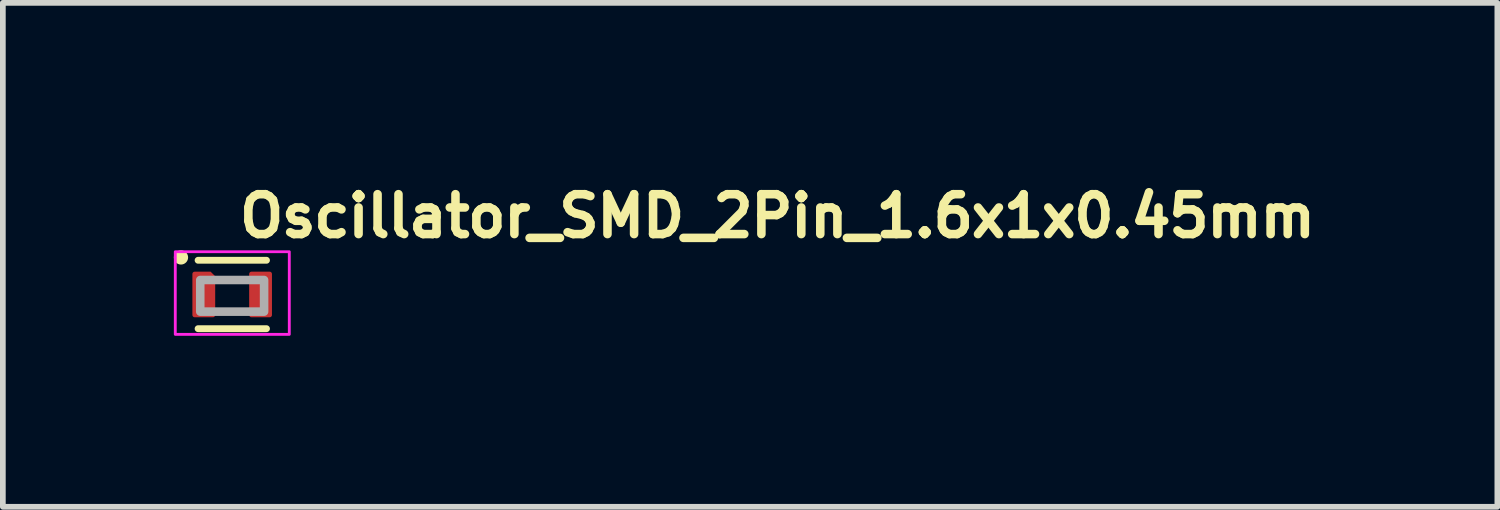
<source format=kicad_pcb>
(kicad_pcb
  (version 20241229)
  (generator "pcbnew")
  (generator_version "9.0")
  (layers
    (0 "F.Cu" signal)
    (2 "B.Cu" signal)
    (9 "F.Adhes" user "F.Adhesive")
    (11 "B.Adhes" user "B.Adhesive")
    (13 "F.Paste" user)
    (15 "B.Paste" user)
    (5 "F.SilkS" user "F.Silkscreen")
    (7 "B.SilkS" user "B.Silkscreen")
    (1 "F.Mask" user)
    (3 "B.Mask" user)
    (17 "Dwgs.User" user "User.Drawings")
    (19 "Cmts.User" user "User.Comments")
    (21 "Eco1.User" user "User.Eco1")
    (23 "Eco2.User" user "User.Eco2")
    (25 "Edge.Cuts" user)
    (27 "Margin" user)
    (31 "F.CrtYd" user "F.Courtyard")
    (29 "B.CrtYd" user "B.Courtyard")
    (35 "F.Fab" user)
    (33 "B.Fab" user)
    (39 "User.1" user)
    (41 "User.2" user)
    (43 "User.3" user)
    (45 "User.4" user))
  (footprint "Oscillator_SMD_2Pin_1.6x1x0.45mm"
    (layer "F.Cu")
    (at 1.025 2.116)
    (property "Reference" "Oscillator_SMD_2Pin_1.6x1x0.45mm" (at 0.05 -0.966 0) (unlocked yes) (layer "F.SilkS") (effects (font (size 0.7 0.7) (thickness 0.15)) (justify left bottom)))
    (attr smd)
    (fp_line (start -0.6 -0.6) (end 0.6 -0.6) (stroke (width 0.12) (type solid)) (layer "F.SilkS"))
    (fp_line (start -0.6 0.6) (end 0.6 0.6) (stroke (width 0.12) (type solid)) (layer "F.SilkS"))
    (fp_circle (center -0.9 -0.65) (end -0.85 -0.65) (stroke (width 0.15) (type solid)) (fill yes) (layer "F.SilkS"))
    (fp_rect (start -1 -0.75) (end 1 0.7) (stroke (width 0.05) (type solid)) (fill no) (layer "F.CrtYd"))
    (fp_rect (start -0.562 -0.254) (end 0.558 0.301) (stroke (width 0.15) (type solid)) (fill no) (layer "F.Fab"))
    (fp_rect (start -0.851 -0.548) (end 0.849 0.546) (stroke (width 0.1) (type solid)) (fill no) (layer "User.5"))
    (fp_line (start -0.851 -0.548) (end -0.851 0.546) (stroke (width 0.02) (type solid)) (layer "User.9"))
    (fp_line (start -0.851 0.546) (end 0.849 0.546) (stroke (width 0.02) (type solid)) (layer "User.9"))
    (fp_line (start -0.724 -0.007) (end -0.724 -0.005) (stroke (width 0.02) (type solid)) (layer "User.9"))
    (fp_line (start -0.724 -0.005) (end -0.724 -0.003) (stroke (width 0.02) (type solid)) (layer "User.9"))
    (fp_line (start -0.724 -0.003) (end -0.724 0) (stroke (width 0.02) (type solid)) (layer "User.9"))
    (fp_line (start -0.724 0) (end -0.724 0) (stroke (width 0.02) (type solid)) (layer "User.9"))
    (fp_line (start -0.724 0) (end -0.724 0.002) (stroke (width 0.02) (type solid)) (layer "User.9"))
    (fp_line (start -0.724 0.002) (end -0.724 0.004) (stroke (width 0.02) (type solid)) (layer "User.9"))
    (fp_line (start -0.724 0.004) (end -0.724 0.006) (stroke (width 0.02) (type solid)) (layer "User.9"))
    (fp_line (start -0.724 0.006) (end -0.723 0.008) (stroke (width 0.02) (type solid)) (layer "User.9"))
    (fp_line (start -0.723 -0.011) (end -0.723 -0.01) (stroke (width 0.02) (type solid)) (layer "User.9"))
    (fp_line (start -0.723 -0.01) (end -0.724 -0.007) (stroke (width 0.02) (type solid)) (layer "User.9"))
    (fp_line (start -0.723 0.008) (end -0.723 0.01) (stroke (width 0.02) (type solid)) (layer "User.9"))
    (fp_line (start -0.723 0.01) (end -0.722 0.012) (stroke (width 0.02) (type solid)) (layer "User.9"))
    (fp_line (start -0.722 -0.014) (end -0.723 -0.011) (stroke (width 0.02) (type solid)) (layer "User.9"))
    (fp_line (start -0.722 0.012) (end -0.721 0.014) (stroke (width 0.02) (type solid)) (layer "User.9"))
    (fp_line (start -0.721 -0.018) (end -0.721 -0.015) (stroke (width 0.02) (type solid)) (layer "User.9"))
    (fp_line (start -0.721 -0.015) (end -0.722 -0.014) (stroke (width 0.02) (type solid)) (layer "User.9"))
    (fp_line (start -0.721 0.014) (end -0.721 0.016) (stroke (width 0.02) (type solid)) (layer "User.9"))
    (fp_line (start -0.721 0.016) (end -0.72 0.018) (stroke (width 0.02) (type solid)) (layer "User.9"))
    (fp_line (start -0.72 -0.019) (end -0.721 -0.018) (stroke (width 0.02) (type solid)) (layer "User.9"))
    (fp_line (start -0.72 0.018) (end -0.719 0.02) (stroke (width 0.02) (type solid)) (layer "User.9"))
    (fp_line (start -0.719 -0.022) (end -0.72 -0.019) (stroke (width 0.02) (type solid)) (layer "User.9"))
    (fp_line (start -0.719 0.02) (end -0.718 0.021) (stroke (width 0.02) (type solid)) (layer "User.9"))
    (fp_line (start -0.718 -0.023) (end -0.719 -0.022) (stroke (width 0.02) (type solid)) (layer "User.9"))
    (fp_line (start -0.718 0.021) (end -0.717 0.022) (stroke (width 0.02) (type solid)) (layer "User.9"))
    (fp_line (start -0.717 -0.024) (end -0.718 -0.023) (stroke (width 0.02) (type solid)) (layer "User.9"))
    (fp_line (start -0.717 0.022) (end -0.716 0.025) (stroke (width 0.02) (type solid)) (layer "User.9"))
    (fp_line (start -0.716 -0.027) (end -0.717 -0.024) (stroke (width 0.02) (type solid)) (layer "User.9"))
    (fp_line (start -0.716 0.025) (end -0.714 0.026) (stroke (width 0.02) (type solid)) (layer "User.9"))
    (fp_line (start -0.714 -0.028) (end -0.716 -0.027) (stroke (width 0.02) (type solid)) (layer "User.9"))
    (fp_line (start -0.714 0.026) (end -0.713 0.028) (stroke (width 0.02) (type solid)) (layer "User.9"))
    (fp_line (start -0.713 -0.03) (end -0.714 -0.028) (stroke (width 0.02) (type solid)) (layer "User.9"))
    (fp_line (start -0.713 0.028) (end -0.712 0.029) (stroke (width 0.02) (type solid)) (layer "User.9"))
    (fp_line (start -0.712 -0.031) (end -0.713 -0.03) (stroke (width 0.02) (type solid)) (layer "User.9"))
    (fp_line (start -0.712 0.029) (end -0.71 0.03) (stroke (width 0.02) (type solid)) (layer "User.9"))
    (fp_line (start -0.71 -0.032) (end -0.712 -0.031) (stroke (width 0.02) (type solid)) (layer "User.9"))
    (fp_line (start -0.71 0.03) (end -0.709 0.032) (stroke (width 0.02) (type solid)) (layer "User.9"))
    (fp_line (start -0.709 -0.034) (end -0.71 -0.032) (stroke (width 0.02) (type solid)) (layer "User.9"))
    (fp_line (start -0.709 0.032) (end -0.707 0.034) (stroke (width 0.02) (type solid)) (layer "User.9"))
    (fp_line (start -0.707 -0.036) (end -0.709 -0.034) (stroke (width 0.02) (type solid)) (layer "User.9"))
    (fp_line (start -0.707 0.034) (end -0.705 0.035) (stroke (width 0.02) (type solid)) (layer "User.9"))
    (fp_line (start -0.705 -0.037) (end -0.707 -0.036) (stroke (width 0.02) (type solid)) (layer "User.9"))
    (fp_line (start -0.705 0.035) (end -0.704 0.036) (stroke (width 0.02) (type solid)) (layer "User.9"))
    (fp_line (start -0.704 -0.037) (end -0.705 -0.037) (stroke (width 0.02) (type solid)) (layer "User.9"))
    (fp_line (start -0.704 0.036) (end -0.703 0.036) (stroke (width 0.02) (type solid)) (layer "User.9"))
    (fp_line (start -0.703 -0.038) (end -0.704 -0.037) (stroke (width 0.02) (type solid)) (layer "User.9"))
    (fp_line (start -0.703 0.036) (end -0.701 0.037) (stroke (width 0.02) (type solid)) (layer "User.9"))
    (fp_line (start -0.701 -0.039) (end -0.703 -0.038) (stroke (width 0.02) (type solid)) (layer "User.9"))
    (fp_line (start -0.701 0.037) (end -0.699 0.038) (stroke (width 0.02) (type solid)) (layer "User.9"))
    (fp_line (start -0.699 -0.04) (end -0.701 -0.039) (stroke (width 0.02) (type solid)) (layer "User.9"))
    (fp_line (start -0.699 0.038) (end -0.697 0.038) (stroke (width 0.02) (type solid)) (layer "User.9"))
    (fp_line (start -0.697 -0.04) (end -0.699 -0.04) (stroke (width 0.02) (type solid)) (layer "User.9"))
    (fp_line (start -0.697 0.038) (end -0.695 0.04) (stroke (width 0.02) (type solid)) (layer "User.9"))
    (fp_line (start -0.695 -0.042) (end -0.697 -0.04) (stroke (width 0.02) (type solid)) (layer "User.9"))
    (fp_line (start -0.695 0.04) (end -0.693 0.041) (stroke (width 0.02) (type solid)) (layer "User.9"))
    (fp_line (start -0.693 -0.043) (end -0.695 -0.042) (stroke (width 0.02) (type solid)) (layer "User.9"))
    (fp_line (start -0.693 0.041) (end -0.691 0.041) (stroke (width 0.02) (type solid)) (layer "User.9"))
    (fp_line (start -0.691 -0.043) (end -0.693 -0.043) (stroke (width 0.02) (type solid)) (layer "User.9"))
    (fp_line (start -0.691 0.041) (end -0.689 0.042) (stroke (width 0.02) (type solid)) (layer "User.9"))
    (fp_line (start -0.689 -0.044) (end -0.691 -0.043) (stroke (width 0.02) (type solid)) (layer "User.9"))
    (fp_line (start -0.689 0.042) (end -0.687 0.042) (stroke (width 0.02) (type solid)) (layer "User.9"))
    (fp_line (start -0.687 -0.044) (end -0.689 -0.044) (stroke (width 0.02) (type solid)) (layer "User.9"))
    (fp_line (start -0.687 0.042) (end -0.685 0.042) (stroke (width 0.02) (type solid)) (layer "User.9"))
    (fp_line (start -0.685 -0.044) (end -0.687 -0.044) (stroke (width 0.02) (type solid)) (layer "User.9"))
    (fp_line (start -0.685 0.042) (end -0.683 0.042) (stroke (width 0.02) (type solid)) (layer "User.9"))
    (fp_line (start -0.683 -0.044) (end -0.685 -0.044) (stroke (width 0.02) (type solid)) (layer "User.9"))
    (fp_line (start -0.683 -0.044) (end -0.683 -0.044) (stroke (width 0.02) (type solid)) (layer "User.9"))
    (fp_line (start -0.683 0.042) (end -0.683 0.042) (stroke (width 0.02) (type solid)) (layer "User.9"))
    (fp_line (start -0.683 0.042) (end -0.68 0.042) (stroke (width 0.02) (type solid)) (layer "User.9"))
    (fp_line (start -0.68 -0.044) (end -0.683 -0.044) (stroke (width 0.02) (type solid)) (layer "User.9"))
    (fp_line (start -0.68 0.042) (end -0.678 0.042) (stroke (width 0.02) (type solid)) (layer "User.9"))
    (fp_line (start -0.678 -0.044) (end -0.68 -0.044) (stroke (width 0.02) (type solid)) (layer "User.9"))
    (fp_line (start -0.678 0.042) (end -0.676 0.042) (stroke (width 0.02) (type solid)) (layer "User.9"))
    (fp_line (start -0.676 -0.044) (end -0.678 -0.044) (stroke (width 0.02) (type solid)) (layer "User.9"))
    (fp_line (start -0.676 0.042) (end -0.674 0.041) (stroke (width 0.02) (type solid)) (layer "User.9"))
    (fp_line (start -0.674 -0.043) (end -0.676 -0.044) (stroke (width 0.02) (type solid)) (layer "User.9"))
    (fp_line (start -0.674 0.041) (end -0.672 0.041) (stroke (width 0.02) (type solid)) (layer "User.9"))
    (fp_line (start -0.672 -0.043) (end -0.674 -0.043) (stroke (width 0.02) (type solid)) (layer "User.9"))
    (fp_line (start -0.672 0.041) (end -0.67 0.04) (stroke (width 0.02) (type solid)) (layer "User.9"))
    (fp_line (start -0.67 -0.042) (end -0.672 -0.043) (stroke (width 0.02) (type solid)) (layer "User.9"))
    (fp_line (start -0.67 0.04) (end -0.668 0.038) (stroke (width 0.02) (type solid)) (layer "User.9"))
    (fp_line (start -0.668 -0.04) (end -0.67 -0.042) (stroke (width 0.02) (type solid)) (layer "User.9"))
    (fp_line (start -0.668 0.038) (end -0.666 0.038) (stroke (width 0.02) (type solid)) (layer "User.9"))
    (fp_line (start -0.666 -0.04) (end -0.668 -0.04) (stroke (width 0.02) (type solid)) (layer "User.9"))
    (fp_line (start -0.666 0.038) (end -0.664 0.037) (stroke (width 0.02) (type solid)) (layer "User.9"))
    (fp_line (start -0.664 -0.039) (end -0.666 -0.04) (stroke (width 0.02) (type solid)) (layer "User.9"))
    (fp_line (start -0.664 0.037) (end -0.662 0.036) (stroke (width 0.02) (type solid)) (layer "User.9"))
    (fp_line (start -0.662 -0.038) (end -0.664 -0.039) (stroke (width 0.02) (type solid)) (layer "User.9"))
    (fp_line (start -0.662 0.036) (end -0.66 0.036) (stroke (width 0.02) (type solid)) (layer "User.9"))
    (fp_line (start -0.66 -0.037) (end -0.662 -0.038) (stroke (width 0.02) (type solid)) (layer "User.9"))
    (fp_line (start -0.66 0.036) (end -0.659 0.035) (stroke (width 0.02) (type solid)) (layer "User.9"))
    (fp_line (start -0.659 -0.037) (end -0.66 -0.037) (stroke (width 0.02) (type solid)) (layer "User.9"))
    (fp_line (start -0.659 0.035) (end -0.657 0.034) (stroke (width 0.02) (type solid)) (layer "User.9"))
    (fp_line (start -0.657 -0.036) (end -0.659 -0.037) (stroke (width 0.02) (type solid)) (layer "User.9"))
    (fp_line (start -0.657 0.034) (end -0.655 0.032) (stroke (width 0.02) (type solid)) (layer "User.9"))
    (fp_line (start -0.655 -0.034) (end -0.657 -0.036) (stroke (width 0.02) (type solid)) (layer "User.9"))
    (fp_line (start -0.655 0.032) (end -0.654 0.03) (stroke (width 0.02) (type solid)) (layer "User.9"))
    (fp_line (start -0.654 -0.032) (end -0.655 -0.034) (stroke (width 0.02) (type solid)) (layer "User.9"))
    (fp_line (start -0.654 0.03) (end -0.652 0.029) (stroke (width 0.02) (type solid)) (layer "User.9"))
    (fp_line (start -0.652 -0.031) (end -0.654 -0.032) (stroke (width 0.02) (type solid)) (layer "User.9"))
    (fp_line (start -0.652 0.029) (end -0.651 0.028) (stroke (width 0.02) (type solid)) (layer "User.9"))
    (fp_line (start -0.651 -0.03) (end -0.652 -0.031) (stroke (width 0.02) (type solid)) (layer "User.9"))
    (fp_line (start -0.651 0.028) (end -0.65 0.026) (stroke (width 0.02) (type solid)) (layer "User.9"))
    (fp_line (start -0.65 -0.028) (end -0.651 -0.03) (stroke (width 0.02) (type solid)) (layer "User.9"))
    (fp_line (start -0.65 0.026) (end -0.648 0.025) (stroke (width 0.02) (type solid)) (layer "User.9"))
    (fp_line (start -0.648 -0.027) (end -0.65 -0.028) (stroke (width 0.02) (type solid)) (layer "User.9"))
    (fp_line (start -0.648 0.025) (end -0.647 0.022) (stroke (width 0.02) (type solid)) (layer "User.9"))
    (fp_line (start -0.647 -0.024) (end -0.648 -0.027) (stroke (width 0.02) (type solid)) (layer "User.9"))
    (fp_line (start -0.647 0.022) (end -0.646 0.021) (stroke (width 0.02) (type solid)) (layer "User.9"))
    (fp_line (start -0.646 -0.023) (end -0.647 -0.024) (stroke (width 0.02) (type solid)) (layer "User.9"))
    (fp_line (start -0.646 0.021) (end -0.645 0.02) (stroke (width 0.02) (type solid)) (layer "User.9"))
    (fp_line (start -0.645 -0.022) (end -0.646 -0.023) (stroke (width 0.02) (type solid)) (layer "User.9"))
    (fp_line (start -0.645 0.02) (end -0.644 0.018) (stroke (width 0.02) (type solid)) (layer "User.9"))
    (fp_line (start -0.644 -0.019) (end -0.645 -0.022) (stroke (width 0.02) (type solid)) (layer "User.9"))
    (fp_line (start -0.644 0.018) (end -0.643 0.016) (stroke (width 0.02) (type solid)) (layer "User.9"))
    (fp_line (start -0.643 -0.018) (end -0.644 -0.019) (stroke (width 0.02) (type solid)) (layer "User.9"))
    (fp_line (start -0.643 -0.015) (end -0.643 -0.018) (stroke (width 0.02) (type solid)) (layer "User.9"))
    (fp_line (start -0.643 0.014) (end -0.642 0.012) (stroke (width 0.02) (type solid)) (layer "User.9"))
    (fp_line (start -0.643 0.016) (end -0.643 0.014) (stroke (width 0.02) (type solid)) (layer "User.9"))
    (fp_line (start -0.642 -0.014) (end -0.643 -0.015) (stroke (width 0.02) (type solid)) (layer "User.9"))
    (fp_line (start -0.642 0.012) (end -0.64 0.01) (stroke (width 0.02) (type solid)) (layer "User.9"))
    (fp_line (start -0.64 -0.011) (end -0.642 -0.014) (stroke (width 0.02) (type solid)) (layer "User.9"))
    (fp_line (start -0.64 -0.01) (end -0.64 -0.011) (stroke (width 0.02) (type solid)) (layer "User.9"))
    (fp_line (start -0.64 0.008) (end -0.639 0.006) (stroke (width 0.02) (type solid)) (layer "User.9"))
    (fp_line (start -0.64 0.01) (end -0.64 0.008) (stroke (width 0.02) (type solid)) (layer "User.9"))
    (fp_line (start -0.639 -0.007) (end -0.64 -0.01) (stroke (width 0.02) (type solid)) (layer "User.9"))
    (fp_line (start -0.639 -0.005) (end -0.639 -0.007) (stroke (width 0.02) (type solid)) (layer "User.9"))
    (fp_line (start -0.639 -0.003) (end -0.639 -0.005) (stroke (width 0.02) (type solid)) (layer "User.9"))
    (fp_line (start -0.639 0) (end -0.639 -0.003) (stroke (width 0.02) (type solid)) (layer "User.9"))
    (fp_line (start -0.639 0) (end -0.639 0) (stroke (width 0.02) (type solid)) (layer "User.9"))
    (fp_line (start -0.639 0) (end -0.639 0) (stroke (width 0.02) (type solid)) (layer "User.9"))
    (fp_line (start -0.639 0.002) (end -0.639 0) (stroke (width 0.02) (type solid)) (layer "User.9"))
    (fp_line (start -0.639 0.004) (end -0.639 0.002) (stroke (width 0.02) (type solid)) (layer "User.9"))
    (fp_line (start -0.639 0.006) (end -0.639 0.004) (stroke (width 0.02) (type solid)) (layer "User.9"))
    (fp_line (start 0.849 -0.548) (end -0.851 -0.548) (stroke (width 0.02) (type solid)) (layer "User.9"))
    (fp_line (start 0.849 0.546) (end 0.849 -0.548) (stroke (width 0.02) (type solid)) (layer "User.9"))
    (pad "1" smd roundrect (at -0.5 0 180) (size 0.4 0.8) (layers "F.Cu" "F.Mask" "F.Paste") (roundrect_rratio 0.1) (chamfer_ratio 0.2) (chamfer bottom_left))
    (pad "2" smd roundrect (at 0.496 0 180) (size 0.4 0.8) (layers "F.Cu" "F.Mask" "F.Paste") (roundrect_rratio 0.1)))
  (gr_rect
    (start -3 -3)
    (end 23.218 5.841)
    (stroke (width 0.1) (type default))
    (fill no)
    (layer "Edge.Cuts")))
</source>
